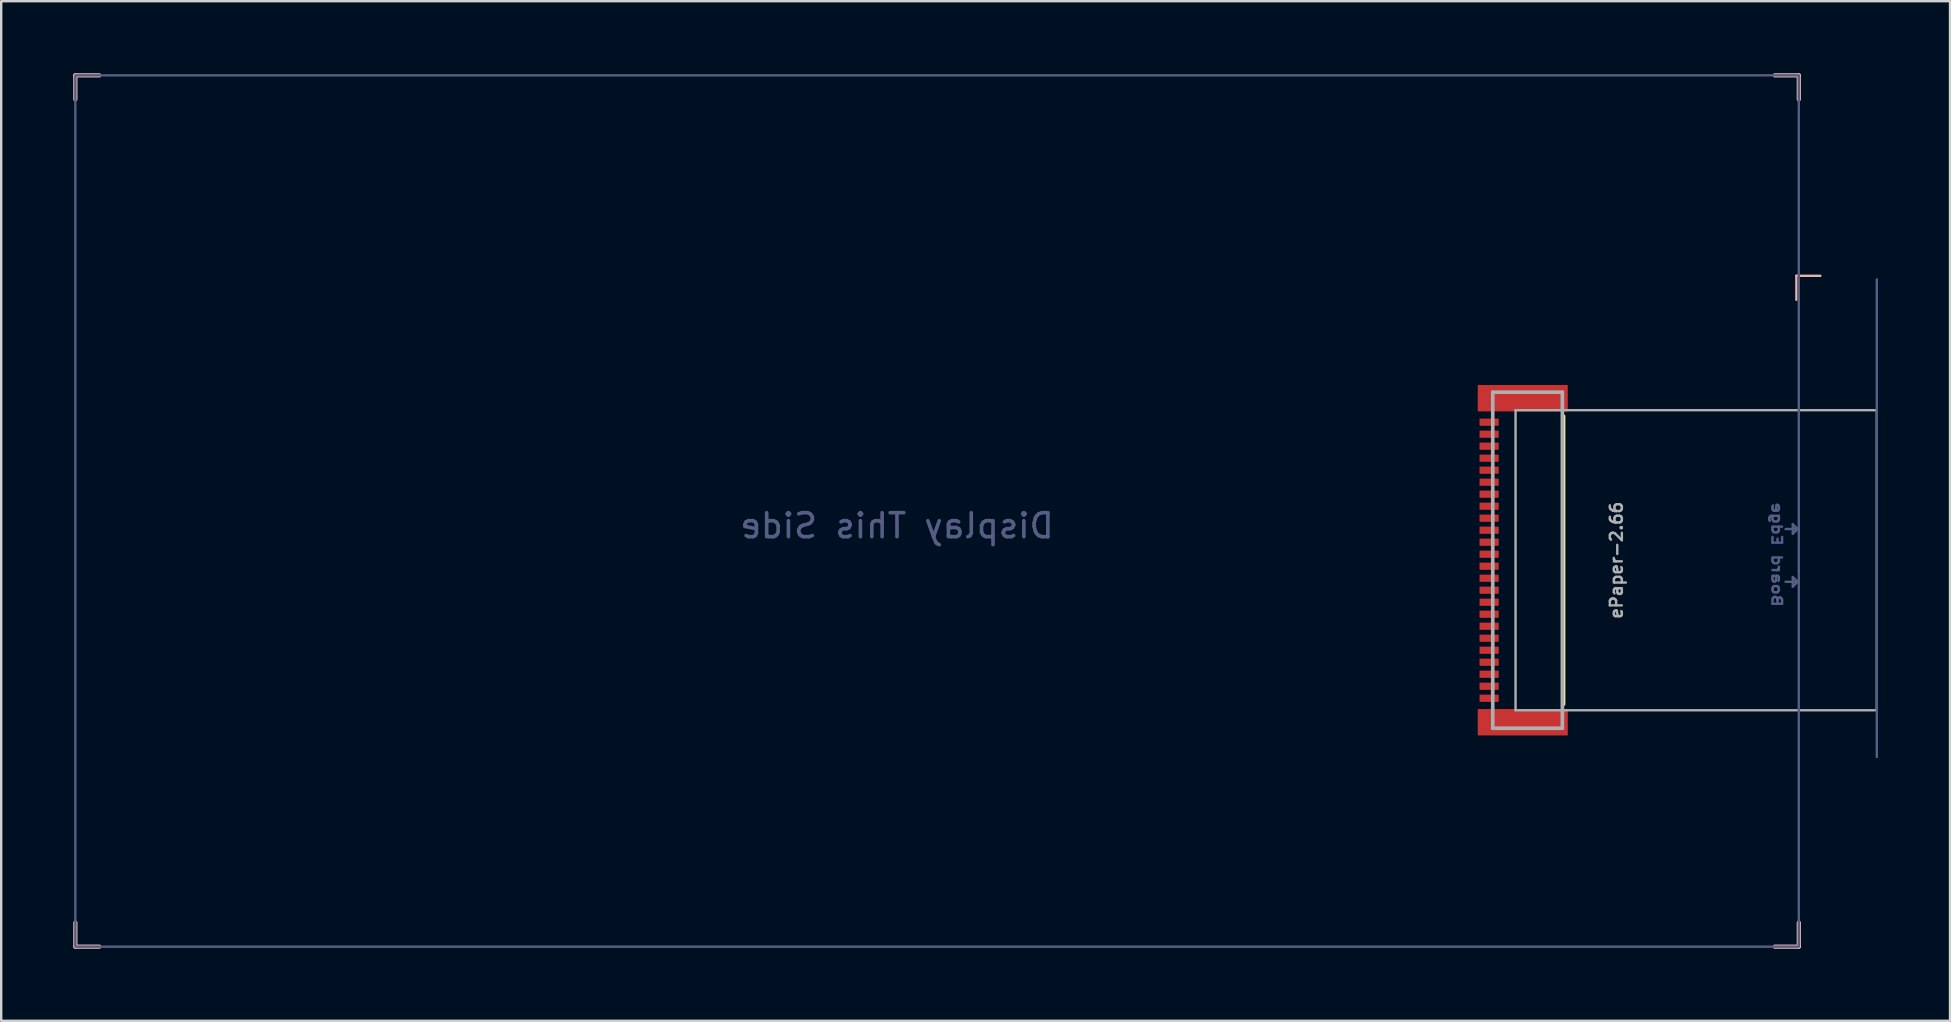
<source format=kicad_pcb>
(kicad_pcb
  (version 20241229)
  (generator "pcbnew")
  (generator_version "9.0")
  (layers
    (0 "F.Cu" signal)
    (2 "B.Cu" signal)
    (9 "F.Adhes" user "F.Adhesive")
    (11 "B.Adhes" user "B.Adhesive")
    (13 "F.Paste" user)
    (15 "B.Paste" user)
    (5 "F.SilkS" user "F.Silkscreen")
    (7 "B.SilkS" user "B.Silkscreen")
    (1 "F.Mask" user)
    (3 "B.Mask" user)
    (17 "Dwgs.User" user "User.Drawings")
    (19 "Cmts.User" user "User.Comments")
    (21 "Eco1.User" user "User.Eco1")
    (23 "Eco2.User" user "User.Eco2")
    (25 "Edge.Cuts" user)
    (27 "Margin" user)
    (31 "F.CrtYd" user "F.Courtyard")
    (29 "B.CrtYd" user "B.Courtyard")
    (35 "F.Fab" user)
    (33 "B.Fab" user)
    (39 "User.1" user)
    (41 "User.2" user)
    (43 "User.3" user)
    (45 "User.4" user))
  (footprint "ePaper-2.66"
    (layer "F.Cu")
    (at 73.389 18.239)
    (property "Reference" "ePaper-2.66" (at -9.098 2.05 90) (layer "F.Fab") (effects (font (size 0.5 0.5) (thickness 0.1) (bold yes))))
    (fp_line (start -11.3 8.05) (end -11.3 -3.95) (stroke (width 0.152) (type solid)) (layer "F.SilkS"))
    (fp_line (start -73.3 -18.15) (end -73.3 -17.15) (stroke (width 0.178) (type default)) (layer "B.SilkS"))
    (fp_line (start -73.3 -18.15) (end -72.3 -18.15) (stroke (width 0.178) (type default)) (layer "B.SilkS"))
    (fp_line (start -73.3 18.15) (end -73.3 17.15) (stroke (width 0.178) (type default)) (layer "B.SilkS"))
    (fp_line (start -73.3 18.15) (end -72.3 18.15) (stroke (width 0.178) (type default)) (layer "B.SilkS"))
    (fp_line (start -1.6 -9.8) (end -1.6 -8.8) (stroke (width 0.1) (type default)) (layer "B.SilkS"))
    (fp_line (start -1.6 -9.8) (end -0.6 -9.8) (stroke (width 0.1) (type default)) (layer "B.SilkS"))
    (fp_line (start -1.5 -18.15) (end -2.5 -18.15) (stroke (width 0.178) (type default)) (layer "B.SilkS"))
    (fp_line (start -1.5 -18.15) (end -1.5 -17.15) (stroke (width 0.178) (type default)) (layer "B.SilkS"))
    (fp_line (start -1.5 18.15) (end -2.5 18.15) (stroke (width 0.178) (type default)) (layer "B.SilkS"))
    (fp_line (start -1.5 18.15) (end -1.5 17.15) (stroke (width 0.178) (type default)) (layer "B.SilkS"))
    (fp_line (start -2.05 0.75) (end -1.55 0.75) (stroke (width 0.1) (type default)) (layer "B.Fab"))
    (fp_line (start -2.05 2.95) (end -1.55 2.95) (stroke (width 0.1) (type default)) (layer "B.Fab"))
    (fp_line (start -1.75 0.55) (end -1.75 0.95) (stroke (width 0.1) (type default)) (layer "B.Fab"))
    (fp_line (start -1.75 0.95) (end -1.55 0.75) (stroke (width 0.1) (type default)) (layer "B.Fab"))
    (fp_line (start -1.75 2.75) (end -1.75 3.15) (stroke (width 0.1) (type default)) (layer "B.Fab"))
    (fp_line (start -1.75 3.15) (end -1.55 2.95) (stroke (width 0.1) (type default)) (layer "B.Fab"))
    (fp_line (start -1.55 0.75) (end -1.75 0.55) (stroke (width 0.1) (type default)) (layer "B.Fab"))
    (fp_line (start -1.55 2.95) (end -1.75 2.75) (stroke (width 0.1) (type default)) (layer "B.Fab"))
    (fp_line (start 1.75 10.25) (end 1.75 -9.652) (stroke (width 0.1) (type default)) (layer "B.Fab"))
    (fp_rect (start -73.3 -18.15) (end -1.5 18.15) (stroke (width 0.1) (type default)) (fill no) (layer "B.Fab"))
    (fp_line (start -14.25 -4.95) (end -11.35 -4.95) (stroke (width 0.152) (type solid)) (layer "F.Fab"))
    (fp_line (start -14.25 9.05) (end -14.25 -4.95) (stroke (width 0.152) (type solid)) (layer "F.Fab"))
    (fp_line (start -13.3 -4.2) (end -13.3 8.3) (stroke (width 0.1) (type default)) (layer "F.Fab"))
    (fp_line (start -11.35 -4.95) (end -11.35 9.05) (stroke (width 0.152) (type solid)) (layer "F.Fab"))
    (fp_line (start -11.35 9.05) (end -14.25 9.05) (stroke (width 0.152) (type solid)) (layer "F.Fab"))
    (fp_line (start 1.75 -4.2) (end -13.3 -4.2) (stroke (width 0.1) (type default)) (layer "F.Fab"))
    (fp_line (start 1.75 -4.2) (end 1.75 8.3) (stroke (width 0.1) (type default)) (layer "F.Fab"))
    (fp_line (start 1.75 8.3) (end -13.3 8.3) (stroke (width 0.1) (type default)) (layer "F.Fab"))
    (fp_text user "Display This Side" (at -39.07 1.2 0) (unlocked yes) (layer "B.Fab") (effects (font (size 1 1) (thickness 0.15)) (justify bottom mirror)))
    (fp_text user "Board Edge" (at -2.65 4.05 270) (unlocked yes) (layer "B.Fab") (effects (font (size 0.4 0.5) (thickness 0.1) (bold yes)) (justify left bottom mirror)))
    (pad "1" smd rect (at -14.4 -3.7 90) (size 0.3 0.8) (layers "F.Cu" "F.Mask" "F.Paste"))
    (pad "2" smd rect (at -14.4 -3.2 90) (size 0.3 0.8) (layers "F.Cu" "F.Mask" "F.Paste"))
    (pad "3" smd rect (at -14.4 -2.7 90) (size 0.3 0.8) (layers "F.Cu" "F.Mask" "F.Paste"))
    (pad "4" smd rect (at -14.4 -2.2 90) (size 0.3 0.8) (layers "F.Cu" "F.Mask" "F.Paste"))
    (pad "5" smd rect (at -14.4 -1.7 90) (size 0.3 0.8) (layers "F.Cu" "F.Mask" "F.Paste"))
    (pad "6" smd rect (at -14.4 -1.2 90) (size 0.3 0.8) (layers "F.Cu" "F.Mask" "F.Paste"))
    (pad "7" smd rect (at -14.4 -0.7 90) (size 0.3 0.8) (layers "F.Cu" "F.Mask" "F.Paste"))
    (pad "8" smd rect (at -14.4 -0.2 90) (size 0.3 0.8) (layers "F.Cu" "F.Mask" "F.Paste"))
    (pad "9" smd rect (at -14.4 0.3 90) (size 0.3 0.8) (layers "F.Cu" "F.Mask" "F.Paste"))
    (pad "10" smd rect (at -14.4 0.8 90) (size 0.3 0.8) (layers "F.Cu" "F.Mask" "F.Paste"))
    (pad "11" smd rect (at -14.4 1.3 90) (size 0.3 0.8) (layers "F.Cu" "F.Mask" "F.Paste"))
    (pad "12" smd rect (at -14.4 1.8 90) (size 0.3 0.8) (layers "F.Cu" "F.Mask" "F.Paste"))
    (pad "13" smd rect (at -14.4 2.3 90) (size 0.3 0.8) (layers "F.Cu" "F.Mask" "F.Paste"))
    (pad "14" smd rect (at -14.4 2.8 90) (size 0.3 0.8) (layers "F.Cu" "F.Mask" "F.Paste"))
    (pad "15" smd rect (at -14.4 3.3 90) (size 0.3 0.8) (layers "F.Cu" "F.Mask" "F.Paste"))
    (pad "16" smd rect (at -14.4 3.8 90) (size 0.3 0.8) (layers "F.Cu" "F.Mask" "F.Paste"))
    (pad "17" smd rect (at -14.4 4.3 90) (size 0.3 0.8) (layers "F.Cu" "F.Mask" "F.Paste"))
    (pad "18" smd rect (at -14.4 4.8 90) (size 0.3 0.8) (layers "F.Cu" "F.Mask" "F.Paste"))
    (pad "19" smd rect (at -14.4 5.3 90) (size 0.3 0.8) (layers "F.Cu" "F.Mask" "F.Paste"))
    (pad "20" smd rect (at -14.4 5.8 90) (size 0.3 0.8) (layers "F.Cu" "F.Mask" "F.Paste"))
    (pad "21" smd rect (at -14.4 6.3 90) (size 0.3 0.8) (layers "F.Cu" "F.Mask" "F.Paste"))
    (pad "22" smd rect (at -14.4 6.8 90) (size 0.3 0.8) (layers "F.Cu" "F.Mask" "F.Paste"))
    (pad "23" smd rect (at -14.4 7.3 90) (size 0.3 0.8) (layers "F.Cu" "F.Mask" "F.Paste"))
    (pad "24" smd rect (at -14.4 7.8 90) (size 0.3 0.8) (layers "F.Cu" "F.Mask" "F.Paste"))
    (pad "MNT1" smd rect (at -13 8.8 180) (size 3.75 1.1) (layers "F.Cu" "F.Mask" "F.Paste"))
    (pad "MNT2" smd rect (at -13 -4.7 180) (size 3.75 1.1) (layers "F.Cu" "F.Mask" "F.Paste"))
    (zone (net_name "") (layer "F.Cu") (hatch edge 0.5) (connect_pads) (min_thickness 0.25) (filled_areas_thickness no) (keepout (tracks not_allowed) (vias not_allowed) (pads not_allowed) (copperpour not_allowed) (footprints allowed)) (placement (enabled no)) (fill) (polygon (pts (xy 59.489 14.889) (xy 59.489 14.689) (xy 58.489 14.689) (xy 58.489 14.889))))
    (zone (net_name "") (layer "F.Cu") (hatch edge 0.5) (connect_pads) (min_thickness 0.25) (filled_areas_thickness no) (keepout (tracks not_allowed) (vias not_allowed) (pads not_allowed) (copperpour not_allowed) (footprints allowed)) (placement (enabled no)) (fill) (polygon (pts (xy 59.489 15.389) (xy 59.489 15.189) (xy 58.489 15.189) (xy 58.489 15.389))))
    (zone (net_name "") (layer "F.Cu") (hatch edge 0.5) (connect_pads) (min_thickness 0.25) (filled_areas_thickness no) (keepout (tracks not_allowed) (vias not_allowed) (pads not_allowed) (copperpour not_allowed) (footprints allowed)) (placement (enabled no)) (fill) (polygon (pts (xy 59.489 15.889) (xy 59.489 15.689) (xy 58.489 15.689) (xy 58.489 15.889))))
    (zone (net_name "") (layer "F.Cu") (hatch edge 0.5) (connect_pads) (min_thickness 0.25) (filled_areas_thickness no) (keepout (tracks not_allowed) (vias not_allowed) (pads not_allowed) (copperpour not_allowed) (footprints allowed)) (placement (enabled no)) (fill) (polygon (pts (xy 59.489 16.389) (xy 59.489 16.189) (xy 58.489 16.189) (xy 58.489 16.389))))
    (zone (net_name "") (layer "F.Cu") (hatch edge 0.5) (connect_pads) (min_thickness 0.25) (filled_areas_thickness no) (keepout (tracks not_allowed) (vias not_allowed) (pads not_allowed) (copperpour not_allowed) (footprints allowed)) (placement (enabled no)) (fill) (polygon (pts (xy 59.489 16.889) (xy 59.489 16.689) (xy 58.489 16.689) (xy 58.489 16.889))))
    (zone (net_name "") (layer "F.Cu") (hatch edge 0.5) (connect_pads) (min_thickness 0.25) (filled_areas_thickness no) (keepout (tracks not_allowed) (vias not_allowed) (pads not_allowed) (copperpour not_allowed) (footprints allowed)) (placement (enabled no)) (fill) (polygon (pts (xy 59.489 17.389) (xy 59.489 17.189) (xy 58.489 17.189) (xy 58.489 17.389))))
    (zone (net_name "") (layer "F.Cu") (hatch edge 0.5) (connect_pads) (min_thickness 0.25) (filled_areas_thickness no) (keepout (tracks not_allowed) (vias not_allowed) (pads not_allowed) (copperpour not_allowed) (footprints allowed)) (placement (enabled no)) (fill) (polygon (pts (xy 59.489 17.889) (xy 59.489 17.689) (xy 58.489 17.689) (xy 58.489 17.889))))
    (zone (net_name "") (layer "F.Cu") (hatch edge 0.5) (connect_pads) (min_thickness 0.25) (filled_areas_thickness no) (keepout (tracks not_allowed) (vias not_allowed) (pads not_allowed) (copperpour not_allowed) (footprints allowed)) (placement (enabled no)) (fill) (polygon (pts (xy 59.489 18.389) (xy 59.489 18.189) (xy 58.489 18.189) (xy 58.489 18.389))))
    (zone (net_name "") (layer "F.Cu") (hatch edge 0.5) (connect_pads) (min_thickness 0.25) (filled_areas_thickness no) (keepout (tracks not_allowed) (vias not_allowed) (pads not_allowed) (copperpour not_allowed) (footprints allowed)) (placement (enabled no)) (fill) (polygon (pts (xy 59.489 18.889) (xy 59.489 18.689) (xy 58.489 18.689) (xy 58.489 18.889))))
    (zone (net_name "") (layer "F.Cu") (hatch edge 0.5) (connect_pads) (min_thickness 0.25) (filled_areas_thickness no) (keepout (tracks not_allowed) (vias not_allowed) (pads not_allowed) (copperpour not_allowed) (footprints allowed)) (placement (enabled no)) (fill) (polygon (pts (xy 59.489 19.389) (xy 59.489 19.189) (xy 58.489 19.189) (xy 58.489 19.389))))
    (zone (net_name "") (layer "F.Cu") (hatch edge 0.5) (connect_pads) (min_thickness 0.25) (filled_areas_thickness no) (keepout (tracks not_allowed) (vias not_allowed) (pads not_allowed) (copperpour not_allowed) (footprints allowed)) (placement (enabled no)) (fill) (polygon (pts (xy 59.489 19.889) (xy 59.489 19.689) (xy 58.489 19.689) (xy 58.489 19.889))))
    (zone (net_name "") (layer "F.Cu") (hatch edge 0.5) (connect_pads) (min_thickness 0.25) (filled_areas_thickness no) (keepout (tracks not_allowed) (vias not_allowed) (pads not_allowed) (copperpour not_allowed) (footprints allowed)) (placement (enabled no)) (fill) (polygon (pts (xy 59.489 20.389) (xy 59.489 20.189) (xy 58.489 20.189) (xy 58.489 20.389))))
    (zone (net_name "") (layer "F.Cu") (hatch edge 0.5) (connect_pads) (min_thickness 0.25) (filled_areas_thickness no) (keepout (tracks not_allowed) (vias not_allowed) (pads not_allowed) (copperpour not_allowed) (footprints allowed)) (placement (enabled no)) (fill) (polygon (pts (xy 59.489 20.889) (xy 59.489 20.689) (xy 58.489 20.689) (xy 58.489 20.889))))
    (zone (net_name "") (layer "F.Cu") (hatch edge 0.5) (connect_pads) (min_thickness 0.25) (filled_areas_thickness no) (keepout (tracks not_allowed) (vias not_allowed) (pads not_allowed) (copperpour not_allowed) (footprints allowed)) (placement (enabled no)) (fill) (polygon (pts (xy 59.489 21.389) (xy 59.489 21.189) (xy 58.489 21.189) (xy 58.489 21.389))))
    (zone (net_name "") (layer "F.Cu") (hatch edge 0.5) (connect_pads) (min_thickness 0.25) (filled_areas_thickness no) (keepout (tracks not_allowed) (vias not_allowed) (pads not_allowed) (copperpour not_allowed) (footprints allowed)) (placement (enabled no)) (fill) (polygon (pts (xy 59.489 21.889) (xy 59.489 21.689) (xy 58.489 21.689) (xy 58.489 21.889))))
    (zone (net_name "") (layer "F.Cu") (hatch edge 0.5) (connect_pads) (min_thickness 0.25) (filled_areas_thickness no) (keepout (tracks not_allowed) (vias not_allowed) (pads not_allowed) (copperpour not_allowed) (footprints allowed)) (placement (enabled no)) (fill) (polygon (pts (xy 59.489 22.389) (xy 59.489 22.189) (xy 58.489 22.189) (xy 58.489 22.389))))
    (zone (net_name "") (layer "F.Cu") (hatch edge 0.5) (connect_pads) (min_thickness 0.25) (filled_areas_thickness no) (keepout (tracks not_allowed) (vias not_allowed) (pads not_allowed) (copperpour not_allowed) (footprints allowed)) (placement (enabled no)) (fill) (polygon (pts (xy 59.489 22.889) (xy 59.489 22.689) (xy 58.489 22.689) (xy 58.489 22.889))))
    (zone (net_name "") (layer "F.Cu") (hatch edge 0.5) (connect_pads) (min_thickness 0.25) (filled_areas_thickness no) (keepout (tracks not_allowed) (vias not_allowed) (pads not_allowed) (copperpour not_allowed) (footprints allowed)) (placement (enabled no)) (fill) (polygon (pts (xy 59.489 23.389) (xy 59.489 23.189) (xy 58.489 23.189) (xy 58.489 23.389))))
    (zone (net_name "") (layer "F.Cu") (hatch edge 0.5) (connect_pads) (min_thickness 0.25) (filled_areas_thickness no) (keepout (tracks not_allowed) (vias not_allowed) (pads not_allowed) (copperpour not_allowed) (footprints allowed)) (placement (enabled no)) (fill) (polygon (pts (xy 59.489 23.889) (xy 59.489 23.689) (xy 58.489 23.689) (xy 58.489 23.889))))
    (zone (net_name "") (layer "F.Cu") (hatch edge 0.5) (connect_pads) (min_thickness 0.25) (filled_areas_thickness no) (keepout (tracks not_allowed) (vias not_allowed) (pads not_allowed) (copperpour not_allowed) (footprints allowed)) (placement (enabled no)) (fill) (polygon (pts (xy 59.489 24.389) (xy 59.489 24.189) (xy 58.489 24.189) (xy 58.489 24.389))))
    (zone (net_name "") (layer "F.Cu") (hatch edge 0.5) (connect_pads) (min_thickness 0.25) (filled_areas_thickness no) (keepout (tracks not_allowed) (vias not_allowed) (pads not_allowed) (copperpour not_allowed) (footprints allowed)) (placement (enabled no)) (fill) (polygon (pts (xy 59.489 24.889) (xy 59.489 24.689) (xy 58.489 24.689) (xy 58.489 24.889))))
    (zone (net_name "") (layer "F.Cu") (hatch edge 0.5) (connect_pads) (min_thickness 0.25) (filled_areas_thickness no) (keepout (tracks not_allowed) (vias not_allowed) (pads not_allowed) (copperpour not_allowed) (footprints allowed)) (placement (enabled no)) (fill) (polygon (pts (xy 59.489 25.389) (xy 59.489 25.189) (xy 58.489 25.189) (xy 58.489 25.389))))
    (zone (net_name "") (layer "F.Cu") (hatch edge 0.5) (connect_pads) (min_thickness 0.25) (filled_areas_thickness no) (keepout (tracks not_allowed) (vias not_allowed) (pads not_allowed) (copperpour not_allowed) (footprints allowed)) (placement (enabled no)) (fill) (polygon (pts (xy 59.489 25.889) (xy 59.489 25.689) (xy 58.489 25.689) (xy 58.489 25.889)))))
  (gr_rect
    (start -3 -3)
    (end 78.189 39.478)
    (stroke (width 0.1) (type default))
    (fill no)
    (layer "Edge.Cuts")))
</source>
